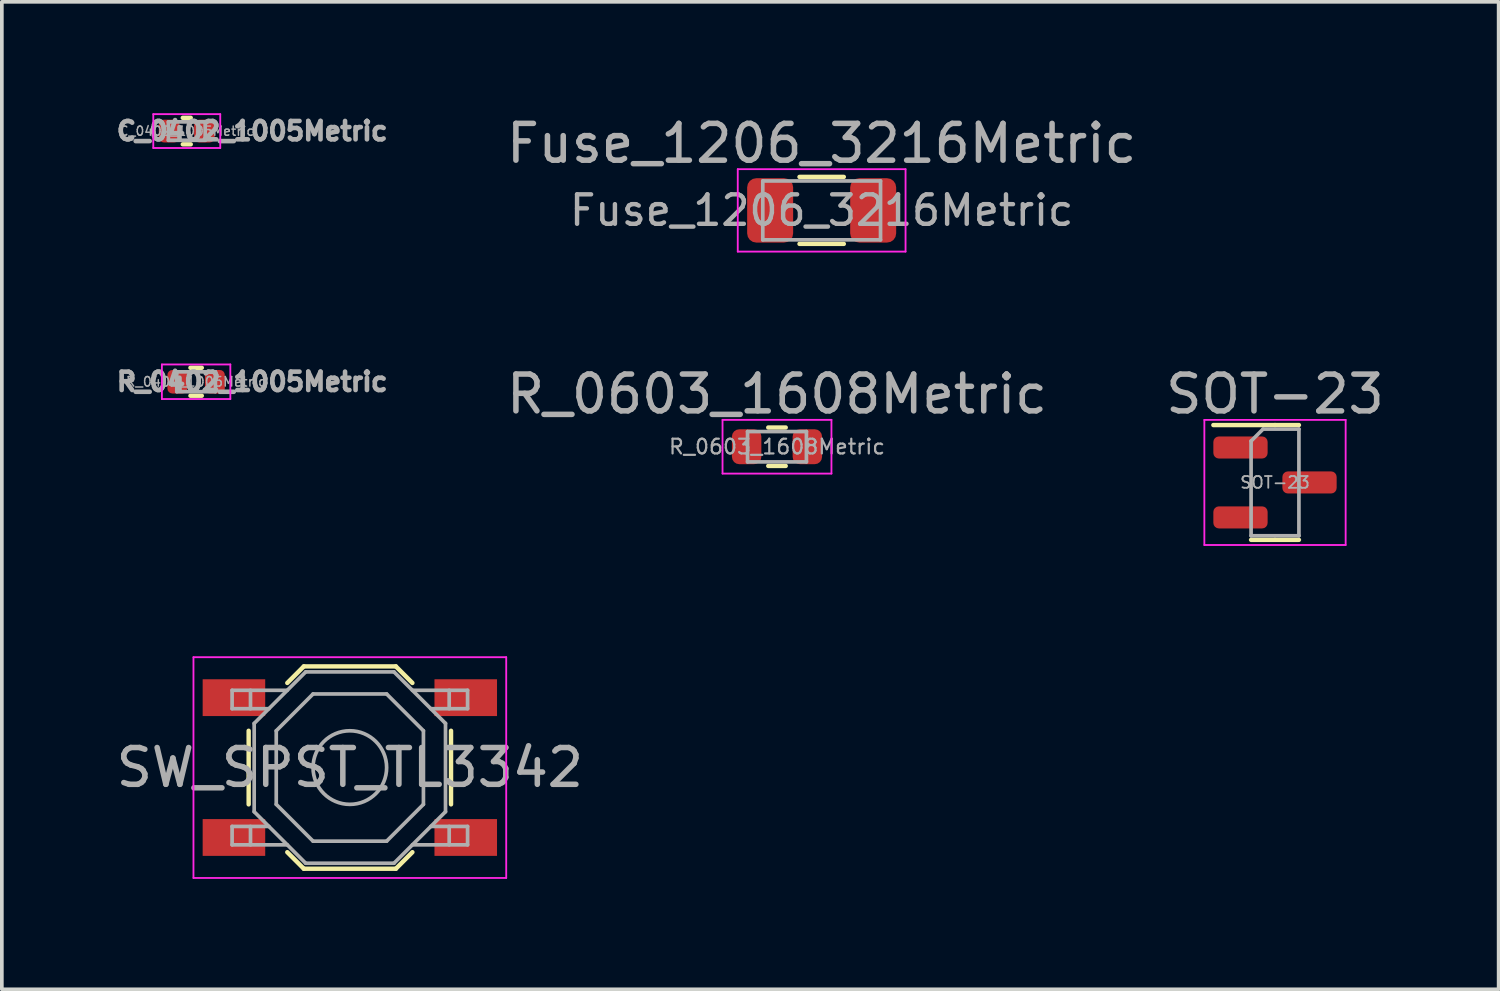
<source format=kicad_pcb>
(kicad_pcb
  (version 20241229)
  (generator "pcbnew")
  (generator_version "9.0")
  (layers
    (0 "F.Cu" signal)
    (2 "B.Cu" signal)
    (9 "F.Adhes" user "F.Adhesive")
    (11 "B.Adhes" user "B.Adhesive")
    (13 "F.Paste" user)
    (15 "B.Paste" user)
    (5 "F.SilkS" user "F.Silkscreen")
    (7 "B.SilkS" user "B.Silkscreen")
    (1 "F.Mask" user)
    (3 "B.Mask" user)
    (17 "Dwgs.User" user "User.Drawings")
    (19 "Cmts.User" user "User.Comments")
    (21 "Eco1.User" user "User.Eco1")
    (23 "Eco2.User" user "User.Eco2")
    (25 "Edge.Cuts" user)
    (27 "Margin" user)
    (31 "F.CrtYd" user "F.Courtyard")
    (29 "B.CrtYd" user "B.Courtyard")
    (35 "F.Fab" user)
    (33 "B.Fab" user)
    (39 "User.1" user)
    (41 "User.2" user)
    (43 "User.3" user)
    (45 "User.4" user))
  (footprint "Fuse_1206_3216Metric"
    (layer "F.Cu")
    (at 19.281 2.668)
    (property "Reference" "Fuse_1206_3216Metric" (at 0 -1.82 180) (layer "F.Fab") (effects (font (size 1 1) (thickness 0.15))))
    (attr smd)
    (fp_line (start -0.602 -0.91) (end 0.602 -0.91) (stroke (width 0.12) (type solid)) (layer "F.SilkS"))
    (fp_line (start -0.602 0.91) (end 0.602 0.91) (stroke (width 0.12) (type solid)) (layer "F.SilkS"))
    (fp_line (start -2.28 -1.12) (end 2.28 -1.12) (stroke (width 0.05) (type solid)) (layer "F.CrtYd"))
    (fp_line (start -2.28 1.12) (end -2.28 -1.12) (stroke (width 0.05) (type solid)) (layer "F.CrtYd"))
    (fp_line (start 2.28 -1.12) (end 2.28 1.12) (stroke (width 0.05) (type solid)) (layer "F.CrtYd"))
    (fp_line (start 2.28 1.12) (end -2.28 1.12) (stroke (width 0.05) (type solid)) (layer "F.CrtYd"))
    (fp_line (start -1.6 -0.8) (end 1.6 -0.8) (stroke (width 0.1) (type solid)) (layer "F.Fab"))
    (fp_line (start -1.6 0.8) (end -1.6 -0.8) (stroke (width 0.1) (type solid)) (layer "F.Fab"))
    (fp_line (start 1.6 -0.8) (end 1.6 0.8) (stroke (width 0.1) (type solid)) (layer "F.Fab"))
    (fp_line (start 1.6 0.8) (end -1.6 0.8) (stroke (width 0.1) (type solid)) (layer "F.Fab"))
    (fp_text user "${REFERENCE}" (at 0 0 180) (layer "F.Fab") (effects (font (size 0.8 0.8) (thickness 0.12))))
    (pad "1" smd roundrect (at -1.4 0) (size 1.25 1.75) (layers "F.Cu" "F.Mask" "F.Paste") (roundrect_rratio 0.2))
    (pad "2" smd roundrect (at 1.4 0) (size 1.25 1.75) (layers "F.Cu" "F.Mask" "F.Paste") (roundrect_rratio 0.2)))
  (footprint "R_0402_1005Metric"
    (layer "F.Cu")
    (at 2.28 7.325)
    (property "Reference" "R_0402_1005Metric" (at 1.524 0 0) (layer "F.Fab") (effects (font (size 0.5 0.5) (thickness 0.125))))
    (attr smd)
    (fp_line (start -0.154 -0.38) (end 0.154 -0.38) (stroke (width 0.12) (type solid)) (layer "F.SilkS"))
    (fp_line (start -0.154 0.38) (end 0.154 0.38) (stroke (width 0.12) (type solid)) (layer "F.SilkS"))
    (fp_line (start -0.93 -0.47) (end 0.93 -0.47) (stroke (width 0.05) (type solid)) (layer "F.CrtYd"))
    (fp_line (start -0.93 0.47) (end -0.93 -0.47) (stroke (width 0.05) (type solid)) (layer "F.CrtYd"))
    (fp_line (start 0.93 -0.47) (end 0.93 0.47) (stroke (width 0.05) (type solid)) (layer "F.CrtYd"))
    (fp_line (start 0.93 0.47) (end -0.93 0.47) (stroke (width 0.05) (type solid)) (layer "F.CrtYd"))
    (fp_line (start -0.525 -0.27) (end 0.525 -0.27) (stroke (width 0.1) (type solid)) (layer "F.Fab"))
    (fp_line (start -0.525 0.27) (end -0.525 -0.27) (stroke (width 0.1) (type solid)) (layer "F.Fab"))
    (fp_line (start 0.525 -0.27) (end 0.525 0.27) (stroke (width 0.1) (type solid)) (layer "F.Fab"))
    (fp_line (start 0.525 0.27) (end -0.525 0.27) (stroke (width 0.1) (type solid)) (layer "F.Fab"))
    (fp_text user "${REFERENCE}" (at 0 0 0) (layer "F.Fab") (effects (font (size 0.26 0.26) (thickness 0.04))))
    (pad "1" smd roundrect (at -0.51 0) (size 0.54 0.64) (layers "F.Cu" "F.Mask" "F.Paste") (roundrect_rratio 0.25))
    (pad "2" smd roundrect (at 0.51 0) (size 0.54 0.64) (layers "F.Cu" "F.Mask" "F.Paste") (roundrect_rratio 0.25)))
  (footprint "SOT-23"
    (layer "F.Cu")
    (at 31.602 10.062)
    (property "Reference" "SOT-23" (at 0 -2.4 0) (layer "F.Fab") (effects (font (size 1 1) (thickness 0.15))))
    (attr smd)
    (fp_line (start 0 -1.56) (end -1.675 -1.56) (stroke (width 0.12) (type solid)) (layer "F.SilkS"))
    (fp_line (start 0 -1.56) (end 0.65 -1.56) (stroke (width 0.12) (type solid)) (layer "F.SilkS"))
    (fp_line (start 0 1.56) (end -0.65 1.56) (stroke (width 0.12) (type solid)) (layer "F.SilkS"))
    (fp_line (start 0 1.56) (end 0.65 1.56) (stroke (width 0.12) (type solid)) (layer "F.SilkS"))
    (fp_line (start -1.92 -1.7) (end -1.92 1.7) (stroke (width 0.05) (type solid)) (layer "F.CrtYd"))
    (fp_line (start -1.92 1.7) (end 1.92 1.7) (stroke (width 0.05) (type solid)) (layer "F.CrtYd"))
    (fp_line (start 1.92 -1.7) (end -1.92 -1.7) (stroke (width 0.05) (type solid)) (layer "F.CrtYd"))
    (fp_line (start 1.92 1.7) (end 1.92 -1.7) (stroke (width 0.05) (type solid)) (layer "F.CrtYd"))
    (fp_line (start -0.65 -1.125) (end -0.325 -1.45) (stroke (width 0.1) (type solid)) (layer "F.Fab"))
    (fp_line (start -0.65 1.45) (end -0.65 -1.125) (stroke (width 0.1) (type solid)) (layer "F.Fab"))
    (fp_line (start -0.325 -1.45) (end 0.65 -1.45) (stroke (width 0.1) (type solid)) (layer "F.Fab"))
    (fp_line (start 0.65 -1.45) (end 0.65 1.45) (stroke (width 0.1) (type solid)) (layer "F.Fab"))
    (fp_line (start 0.65 1.45) (end -0.65 1.45) (stroke (width 0.1) (type solid)) (layer "F.Fab"))
    (fp_text user "${REFERENCE}" (at 0 0 0) (layer "F.Fab") (effects (font (size 0.32 0.32) (thickness 0.05))))
    (pad "1" smd roundrect (at -0.938 -0.95) (size 1.475 0.6) (layers "F.Cu" "F.Mask" "F.Paste") (roundrect_rratio 0.25))
    (pad "2" smd roundrect (at -0.938 0.95) (size 1.475 0.6) (layers "F.Cu" "F.Mask" "F.Paste") (roundrect_rratio 0.25))
    (pad "3" smd roundrect (at 0.938 0) (size 1.475 0.6) (layers "F.Cu" "F.Mask" "F.Paste") (roundrect_rratio 0.25)))
  (footprint "R_0603_1608Metric"
    (layer "F.Cu")
    (at 18.067 9.091)
    (property "Reference" "R_0603_1608Metric" (at 0 -1.43 180) (layer "F.Fab") (effects (font (size 1 1) (thickness 0.15))))
    (attr smd)
    (fp_line (start -0.237 -0.522) (end 0.237 -0.522) (stroke (width 0.12) (type solid)) (layer "F.SilkS"))
    (fp_line (start -0.237 0.522) (end 0.237 0.522) (stroke (width 0.12) (type solid)) (layer "F.SilkS"))
    (fp_line (start -1.48 -0.73) (end 1.48 -0.73) (stroke (width 0.05) (type solid)) (layer "F.CrtYd"))
    (fp_line (start -1.48 0.73) (end -1.48 -0.73) (stroke (width 0.05) (type solid)) (layer "F.CrtYd"))
    (fp_line (start 1.48 -0.73) (end 1.48 0.73) (stroke (width 0.05) (type solid)) (layer "F.CrtYd"))
    (fp_line (start 1.48 0.73) (end -1.48 0.73) (stroke (width 0.05) (type solid)) (layer "F.CrtYd"))
    (fp_line (start -0.8 -0.412) (end 0.8 -0.412) (stroke (width 0.1) (type solid)) (layer "F.Fab"))
    (fp_line (start -0.8 0.412) (end -0.8 -0.412) (stroke (width 0.1) (type solid)) (layer "F.Fab"))
    (fp_line (start 0.8 -0.412) (end 0.8 0.412) (stroke (width 0.1) (type solid)) (layer "F.Fab"))
    (fp_line (start 0.8 0.412) (end -0.8 0.412) (stroke (width 0.1) (type solid)) (layer "F.Fab"))
    (fp_text user "${REFERENCE}" (at 0 0 180) (layer "F.Fab") (effects (font (size 0.4 0.4) (thickness 0.06))))
    (pad "1" smd roundrect (at -0.825 0) (size 0.8 0.95) (layers "F.Cu" "F.Mask" "F.Paste") (roundrect_rratio 0.25))
    (pad "2" smd roundrect (at 0.825 0) (size 0.8 0.95) (layers "F.Cu" "F.Mask" "F.Paste") (roundrect_rratio 0.25)))
  (footprint "SW_SPST_TL3342"
    (layer "F.Cu")
    (at 6.458 17.811)
    (property "Reference" "SW_SPST_TL3342" (at 0 0 180) (layer "F.Fab") (effects (font (size 1 1) (thickness 0.15))))
    (attr smd exclude_from_bom)
    (fp_line (start -2.75 -1) (end -2.75 1) (stroke (width 0.12) (type solid)) (layer "F.SilkS"))
    (fp_line (start -1.7 -2.3) (end -1.25 -2.75) (stroke (width 0.12) (type solid)) (layer "F.SilkS"))
    (fp_line (start -1.7 2.3) (end -1.25 2.75) (stroke (width 0.12) (type solid)) (layer "F.SilkS"))
    (fp_line (start -1.25 -2.75) (end 1.25 -2.75) (stroke (width 0.12) (type solid)) (layer "F.SilkS"))
    (fp_line (start -1.25 2.75) (end 1.25 2.75) (stroke (width 0.12) (type solid)) (layer "F.SilkS"))
    (fp_line (start 1.7 -2.3) (end 1.25 -2.75) (stroke (width 0.12) (type solid)) (layer "F.SilkS"))
    (fp_line (start 1.7 2.3) (end 1.25 2.75) (stroke (width 0.12) (type solid)) (layer "F.SilkS"))
    (fp_line (start 2.75 -1) (end 2.75 1) (stroke (width 0.12) (type solid)) (layer "F.SilkS"))
    (fp_line (start -4.25 -3) (end 4.25 -3) (stroke (width 0.05) (type solid)) (layer "F.CrtYd"))
    (fp_line (start -4.25 3) (end -4.25 -3) (stroke (width 0.05) (type solid)) (layer "F.CrtYd"))
    (fp_line (start 4.25 -3) (end 4.25 3) (stroke (width 0.05) (type solid)) (layer "F.CrtYd"))
    (fp_line (start 4.25 3) (end -4.25 3) (stroke (width 0.05) (type solid)) (layer "F.CrtYd"))
    (fp_line (start -3.2 -2.1) (end -3.2 -1.6) (stroke (width 0.1) (type solid)) (layer "F.Fab"))
    (fp_line (start -3.2 -1.6) (end -2.2 -1.6) (stroke (width 0.1) (type solid)) (layer "F.Fab"))
    (fp_line (start -3.2 1.6) (end -2.2 1.6) (stroke (width 0.1) (type solid)) (layer "F.Fab"))
    (fp_line (start -3.2 2.1) (end -3.2 1.6) (stroke (width 0.1) (type solid)) (layer "F.Fab"))
    (fp_line (start -2.7 -2.1) (end -2.7 -1.6) (stroke (width 0.1) (type solid)) (layer "F.Fab"))
    (fp_line (start -2.7 2.1) (end -2.7 1.6) (stroke (width 0.1) (type solid)) (layer "F.Fab"))
    (fp_line (start -2.6 -1.2) (end -2.6 1.2) (stroke (width 0.1) (type solid)) (layer "F.Fab"))
    (fp_line (start -2.6 1.2) (end -1.2 2.6) (stroke (width 0.1) (type solid)) (layer "F.Fab"))
    (fp_line (start -2 -1) (end -1 -2) (stroke (width 0.1) (type solid)) (layer "F.Fab"))
    (fp_line (start -2 1) (end -2 -1) (stroke (width 0.1) (type solid)) (layer "F.Fab"))
    (fp_line (start -1.7 -2.1) (end -3.2 -2.1) (stroke (width 0.1) (type solid)) (layer "F.Fab"))
    (fp_line (start -1.7 2.1) (end -3.2 2.1) (stroke (width 0.1) (type solid)) (layer "F.Fab"))
    (fp_line (start -1.2 -2.6) (end -2.6 -1.2) (stroke (width 0.1) (type solid)) (layer "F.Fab"))
    (fp_line (start -1.2 2.6) (end 1.2 2.6) (stroke (width 0.1) (type solid)) (layer "F.Fab"))
    (fp_line (start -1 -2) (end 1 -2) (stroke (width 0.1) (type solid)) (layer "F.Fab"))
    (fp_line (start -1 2) (end -2 1) (stroke (width 0.1) (type solid)) (layer "F.Fab"))
    (fp_line (start 1 -2) (end 2 -1) (stroke (width 0.1) (type solid)) (layer "F.Fab"))
    (fp_line (start 1 2) (end -1 2) (stroke (width 0.1) (type solid)) (layer "F.Fab"))
    (fp_line (start 1.2 -2.6) (end -1.2 -2.6) (stroke (width 0.1) (type solid)) (layer "F.Fab"))
    (fp_line (start 1.2 2.6) (end 2.6 1.2) (stroke (width 0.1) (type solid)) (layer "F.Fab"))
    (fp_line (start 1.7 -2.1) (end 3.2 -2.1) (stroke (width 0.1) (type solid)) (layer "F.Fab"))
    (fp_line (start 1.7 2.1) (end 3.2 2.1) (stroke (width 0.1) (type solid)) (layer "F.Fab"))
    (fp_line (start 2 -1) (end 2 1) (stroke (width 0.1) (type solid)) (layer "F.Fab"))
    (fp_line (start 2 1) (end 1 2) (stroke (width 0.1) (type solid)) (layer "F.Fab"))
    (fp_line (start 2.6 -1.2) (end 1.2 -2.6) (stroke (width 0.1) (type solid)) (layer "F.Fab"))
    (fp_line (start 2.6 1.2) (end 2.6 -1.2) (stroke (width 0.1) (type solid)) (layer "F.Fab"))
    (fp_line (start 2.7 -2.1) (end 2.7 -1.6) (stroke (width 0.1) (type solid)) (layer "F.Fab"))
    (fp_line (start 2.7 2.1) (end 2.7 1.6) (stroke (width 0.1) (type solid)) (layer "F.Fab"))
    (fp_line (start 3.2 -2.1) (end 3.2 -1.6) (stroke (width 0.1) (type solid)) (layer "F.Fab"))
    (fp_line (start 3.2 -1.6) (end 2.2 -1.6) (stroke (width 0.1) (type solid)) (layer "F.Fab"))
    (fp_line (start 3.2 1.6) (end 2.2 1.6) (stroke (width 0.1) (type solid)) (layer "F.Fab"))
    (fp_line (start 3.2 2.1) (end 3.2 1.6) (stroke (width 0.1) (type solid)) (layer "F.Fab"))
    (fp_circle (center 0 0) (end 1 0) (stroke (width 0.1) (type solid)) (fill no) (layer "F.Fab"))
    (pad "1" smd rect (at -3.15 -1.9) (size 1.7 1) (layers "F.Cu" "F.Mask" "F.Paste"))
    (pad "1" smd rect (at 3.15 -1.9) (size 1.7 1) (layers "F.Cu" "F.Mask" "F.Paste"))
    (pad "2" smd rect (at -3.15 1.9) (size 1.7 1) (layers "F.Cu" "F.Mask" "F.Paste"))
    (pad "2" smd rect (at 3.15 1.9) (size 1.7 1) (layers "F.Cu" "F.Mask" "F.Paste")))
  (footprint "C_0402_1005Metric"
    (layer "F.Cu")
    (at 2.026 0.512)
    (property "Reference" "C_0402_1005Metric" (at 1.778 0 180) (layer "F.Fab") (effects (font (size 0.5 0.5) (thickness 0.125))))
    (attr smd)
    (fp_line (start -0.108 -0.36) (end 0.108 -0.36) (stroke (width 0.12) (type solid)) (layer "F.SilkS"))
    (fp_line (start -0.108 0.36) (end 0.108 0.36) (stroke (width 0.12) (type solid)) (layer "F.SilkS"))
    (fp_line (start -0.91 -0.46) (end 0.91 -0.46) (stroke (width 0.05) (type solid)) (layer "F.CrtYd"))
    (fp_line (start -0.91 0.46) (end -0.91 -0.46) (stroke (width 0.05) (type solid)) (layer "F.CrtYd"))
    (fp_line (start 0.91 -0.46) (end 0.91 0.46) (stroke (width 0.05) (type solid)) (layer "F.CrtYd"))
    (fp_line (start 0.91 0.46) (end -0.91 0.46) (stroke (width 0.05) (type solid)) (layer "F.CrtYd"))
    (fp_line (start -0.5 -0.25) (end 0.5 -0.25) (stroke (width 0.1) (type solid)) (layer "F.Fab"))
    (fp_line (start -0.5 0.25) (end -0.5 -0.25) (stroke (width 0.1) (type solid)) (layer "F.Fab"))
    (fp_line (start 0.5 -0.25) (end 0.5 0.25) (stroke (width 0.1) (type solid)) (layer "F.Fab"))
    (fp_line (start 0.5 0.25) (end -0.5 0.25) (stroke (width 0.1) (type solid)) (layer "F.Fab"))
    (fp_text user "${REFERENCE}" (at 0 0 180) (layer "F.Fab") (effects (font (size 0.25 0.25) (thickness 0.04))))
    (pad "1" smd roundrect (at -0.48 0) (size 0.56 0.62) (layers "F.Cu" "F.Mask" "F.Paste") (roundrect_rratio 0.25))
    (pad "2" smd roundrect (at 0.48 0) (size 0.56 0.62) (layers "F.Cu" "F.Mask" "F.Paste") (roundrect_rratio 0.25)))
  (gr_rect
    (start -3 -3)
    (end 37.68 23.837)
    (stroke (width 0.1) (type default))
    (fill no)
    (layer "Edge.Cuts")))
</source>
